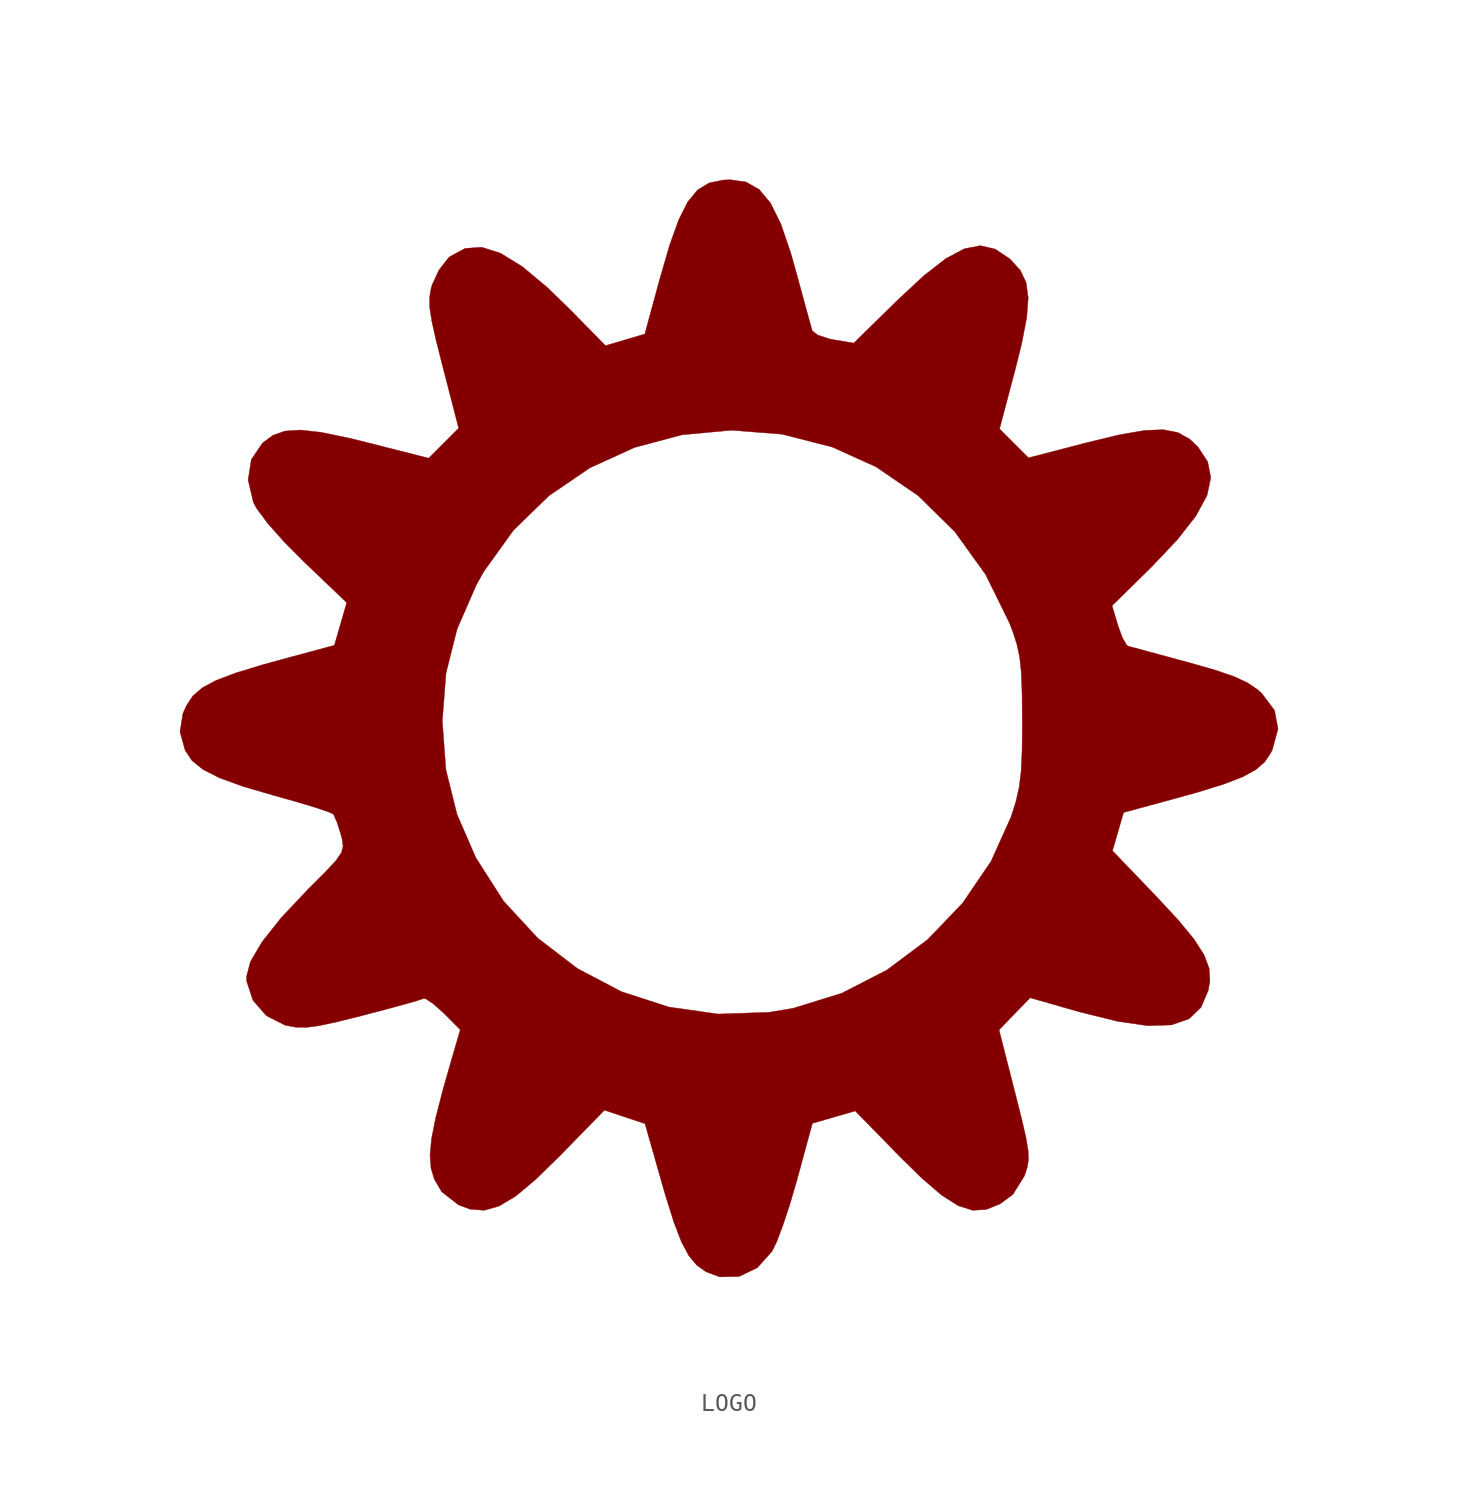
<source format=kicad_sym>
(kicad_symbol_lib
  (version 20210619)
  (generator bitmap2component)
  (symbol "LOGO"
    (pin_names
      (offset 1.016))
    (property "Reference" "#G"
      (at 0 33.952 0)
      (effects (font (size 1.27 1.27)) hide))
    (symbol "LOGO_0_0"
      (polyline (pts (xy 0.865 -30.438) (xy 1.891 -29.941) (xy 2.728 -29.006) (xy 2.988 -28.464) (xy 3.353 -27.494) (xy 3.754 -26.273) (xy 4.141 -24.943) (xy 5.002 -21.775) (xy 6.214 -21.424) (xy 7.426 -21.073) (xy 9.925 -23.63) (xy 11.186 -24.871) (xy 12.314 -25.839) (xy 13.253 -26.436) (xy 14.072 -26.695) (xy 14.841 -26.649) (xy 15.628 -26.331) (xy 16.355 -25.79) (xy 17 -24.748) (xy 17.006 -24.733) (xy 17.157 -24.281) (xy 17.228 -23.843) (xy 17.209 -23.312) (xy 17.086 -22.581) (xy 16.847 -21.542) (xy 16.482 -20.088) (xy 15.563 -16.486) (xy 16.443 -15.578) (xy 17.323 -14.67) (xy 20.078 -15.458) (xy 20.117 -15.469) (xy 22.264 -16.003) (xy 23.987 -16.251) (xy 25.325 -16.206) (xy 26.314 -15.861) (xy 26.994 -15.212) (xy 27.401 -14.25) (xy 27.494 -13.722) (xy 27.45 -13.004) (xy 27.166 -12.242) (xy 26.598 -11.358) (xy 25.705 -10.275) (xy 24.444 -8.917) (xy 21.981 -6.35) (xy 22.296 -5.269) (xy 22.61 -4.188) (xy 25.707 -3.345) (xy 26.774 -3.048) (xy 28.253 -2.592) (xy 29.329 -2.18) (xy 30.081 -1.773) (xy 30.589 -1.333) (xy 30.935 -0.82) (xy 31.027 -0.631) (xy 31.349 0.543) (xy 31.149 1.596) (xy 30.422 2.563) (xy 30.195 2.763) (xy 29.618 3.155) (xy 28.853 3.51) (xy 27.785 3.875) (xy 26.302 4.298) (xy 26.257 4.31) (xy 25.011 4.648) (xy 23.955 4.933) (xy 23.201 5.138) (xy 22.859 5.231) (xy 22.787 5.283) (xy 22.54 5.709) (xy 22.287 6.406) (xy 21.959 7.516) (xy 23.981 9.5) (xy 24.157 9.673) (xy 25.653 11.251) (xy 26.704 12.596) (xy 27.33 13.751) (xy 27.546 14.757) (xy 27.37 15.658) (xy 26.819 16.495) (xy 26.346 16.945) (xy 25.685 17.313) (xy 24.863 17.474) (xy 23.792 17.431) (xy 22.389 17.189) (xy 20.567 16.75) (xy 17.229 15.882) (xy 16.41 16.701) (xy 15.591 17.52) (xy 16.47 20.842) (xy 16.839 22.318) (xy 17.128 23.801) (xy 17.214 24.934) (xy 17.094 25.802) (xy 16.766 26.492) (xy 16.225 27.089) (xy 16.145 27.16) (xy 15.339 27.694) (xy 14.511 27.885) (xy 13.604 27.714) (xy 12.561 27.16) (xy 11.325 26.202) (xy 9.837 24.82) (xy 7.341 22.372) (xy 6.219 22.562) (xy 5.948 22.616) (xy 5.303 22.829) (xy 4.998 23.063) (xy 4.997 23.065) (xy 4.889 23.445) (xy 4.672 24.23) (xy 4.377 25.309) (xy 4.035 26.567) (xy 3.773 27.49) (xy 3.215 29.122) (xy 2.634 30.295) (xy 1.993 31.065) (xy 1.25 31.487) (xy 0.366 31.615) (xy -0.056 31.599) (xy -0.84 31.434) (xy -1.491 31.041) (xy -2.054 30.36) (xy -2.571 29.327) (xy -3.086 27.884) (xy -3.642 25.967) (xy -4.48 22.886) (xy -6.705 22.229) (xy -8.689 24.252) (xy -9.985 25.511) (xy -11.417 26.705) (xy -12.646 27.462) (xy -13.71 27.798) (xy -14.647 27.731) (xy -15.494 27.277) (xy -15.59 27.194) (xy -16.131 26.502) (xy -16.517 25.663) (xy -16.582 25.427) (xy -16.66 24.937) (xy -16.648 24.368) (xy -16.531 23.609) (xy -16.294 22.55) (xy -15.923 21.082) (xy -15.012 17.559) (xy -15.861 16.71) (xy -16.71 15.861) (xy -20.16 16.739) (xy -21.268 17.011) (xy -22.798 17.325) (xy -23.96 17.454) (xy -24.841 17.396) (xy -25.528 17.152) (xy -26.11 16.721) (xy -26.744 15.784) (xy -26.925 14.63) (xy -26.628 13.363) (xy -26.436 13.009) (xy -25.816 12.174) (xy -24.901 11.141) (xy -23.768 10.002) (xy -21.346 7.688) (xy -21.695 6.481) (xy -22.044 5.275) (xy -25.141 4.439) (xy -26.109 4.172) (xy -27.628 3.709) (xy -28.735 3.29) (xy -29.513 2.874) (xy -30.039 2.424) (xy -30.394 1.9) (xy -30.615 1.408) (xy -30.69 0.946) (xy -15.935 0.946) (xy -15.934 1.053) (xy -15.727 3.705) (xy -15.104 6.186) (xy -14.019 8.676) (xy -13.59 9.449) (xy -11.916 11.778) (xy -9.898 13.739) (xy -7.595 15.309) (xy -5.065 16.465) (xy -2.368 17.183) (xy 0.436 17.442) (xy 3.289 17.217) (xy 6.133 16.487) (xy 8.608 15.368) (xy 10.988 13.738) (xy 13.066 11.695) (xy 14.802 9.281) (xy 16.153 6.538) (xy 16.327 6.084) (xy 16.57 5.346) (xy 16.728 4.612) (xy 16.82 3.748) (xy 16.864 2.616) (xy 16.878 1.081) (xy 16.879 0.802) (xy 16.866 -0.711) (xy 16.812 -1.848) (xy 16.703 -2.749) (xy 16.521 -3.557) (xy 16.252 -4.411) (xy 15.114 -6.943) (xy 13.505 -9.309) (xy 11.516 -11.382) (xy 9.21 -13.103) (xy 6.653 -14.416) (xy 3.91 -15.264) (xy 2.545 -15.492) (xy -0.322 -15.59) (xy -3.125 -15.191) (xy -5.802 -14.323) (xy -8.293 -13.015) (xy -10.537 -11.296) (xy -12.474 -9.196) (xy -14.042 -6.742) (xy -15.104 -4.297) (xy -15.734 -1.767) (xy -15.935 0.946) (xy -30.69 0.946) (xy -30.781 0.387) (xy -30.488 -0.669) (xy -30.485 -0.674) (xy -30.102 -1.251) (xy -29.473 -1.759) (xy -28.527 -2.236) (xy -27.191 -2.719) (xy -25.393 -3.243) (xy -24.196 -3.579) (xy -23.162 -3.889) (xy -22.432 -4.132) (xy -22.115 -4.272) (xy -22.086 -4.31) (xy -21.89 -4.751) (xy -21.672 -5.441) (xy -21.602 -5.712) (xy -21.553 -6.103) (xy -21.651 -6.466) (xy -21.954 -6.905) (xy -22.523 -7.52) (xy -23.418 -8.413) (xy -23.536 -8.531) (xy -25.037 -10.124) (xy -26.129 -11.497) (xy -26.795 -12.626) (xy -27.02 -13.489) (xy -27.007 -13.739) (xy -26.651 -14.814) (xy -25.892 -15.687) (xy -24.846 -16.216) (xy -24.762 -16.239) (xy -24.224 -16.339) (xy -23.644 -16.348) (xy -22.903 -16.25) (xy -21.881 -16.03) (xy -20.46 -15.675) (xy -20.36 -15.649) (xy -19.109 -15.32) (xy -18.061 -15.034) (xy -17.322 -14.822) (xy -17 -14.712) (xy -16.874 -14.729) (xy -16.443 -15.014) (xy -15.864 -15.534) (xy -14.923 -16.476) (xy -15.558 -18.663) (xy -15.894 -19.843) (xy -16.304 -21.427) (xy -16.547 -22.642) (xy -16.634 -23.575) (xy -16.577 -24.312) (xy -16.388 -24.941) (xy -15.965 -25.654) (xy -15.021 -26.389) (xy -14.372 -26.63) (xy -13.568 -26.696) (xy -12.724 -26.458) (xy -11.771 -25.884) (xy -10.641 -24.939) (xy -9.263 -23.59) (xy -6.764 -21.029) (xy -5.617 -21.411) (xy -4.47 -21.793) (xy -3.514 -25.15) (xy -3.321 -25.819) (xy -2.84 -27.355) (xy -2.41 -28.475) (xy -1.991 -29.263) (xy -1.54 -29.802) (xy -1.016 -30.176) (xy -0.241 -30.463) (xy 0.865 -30.438)) (stroke (width 0.01)) (fill (type outline))))))
</source>
